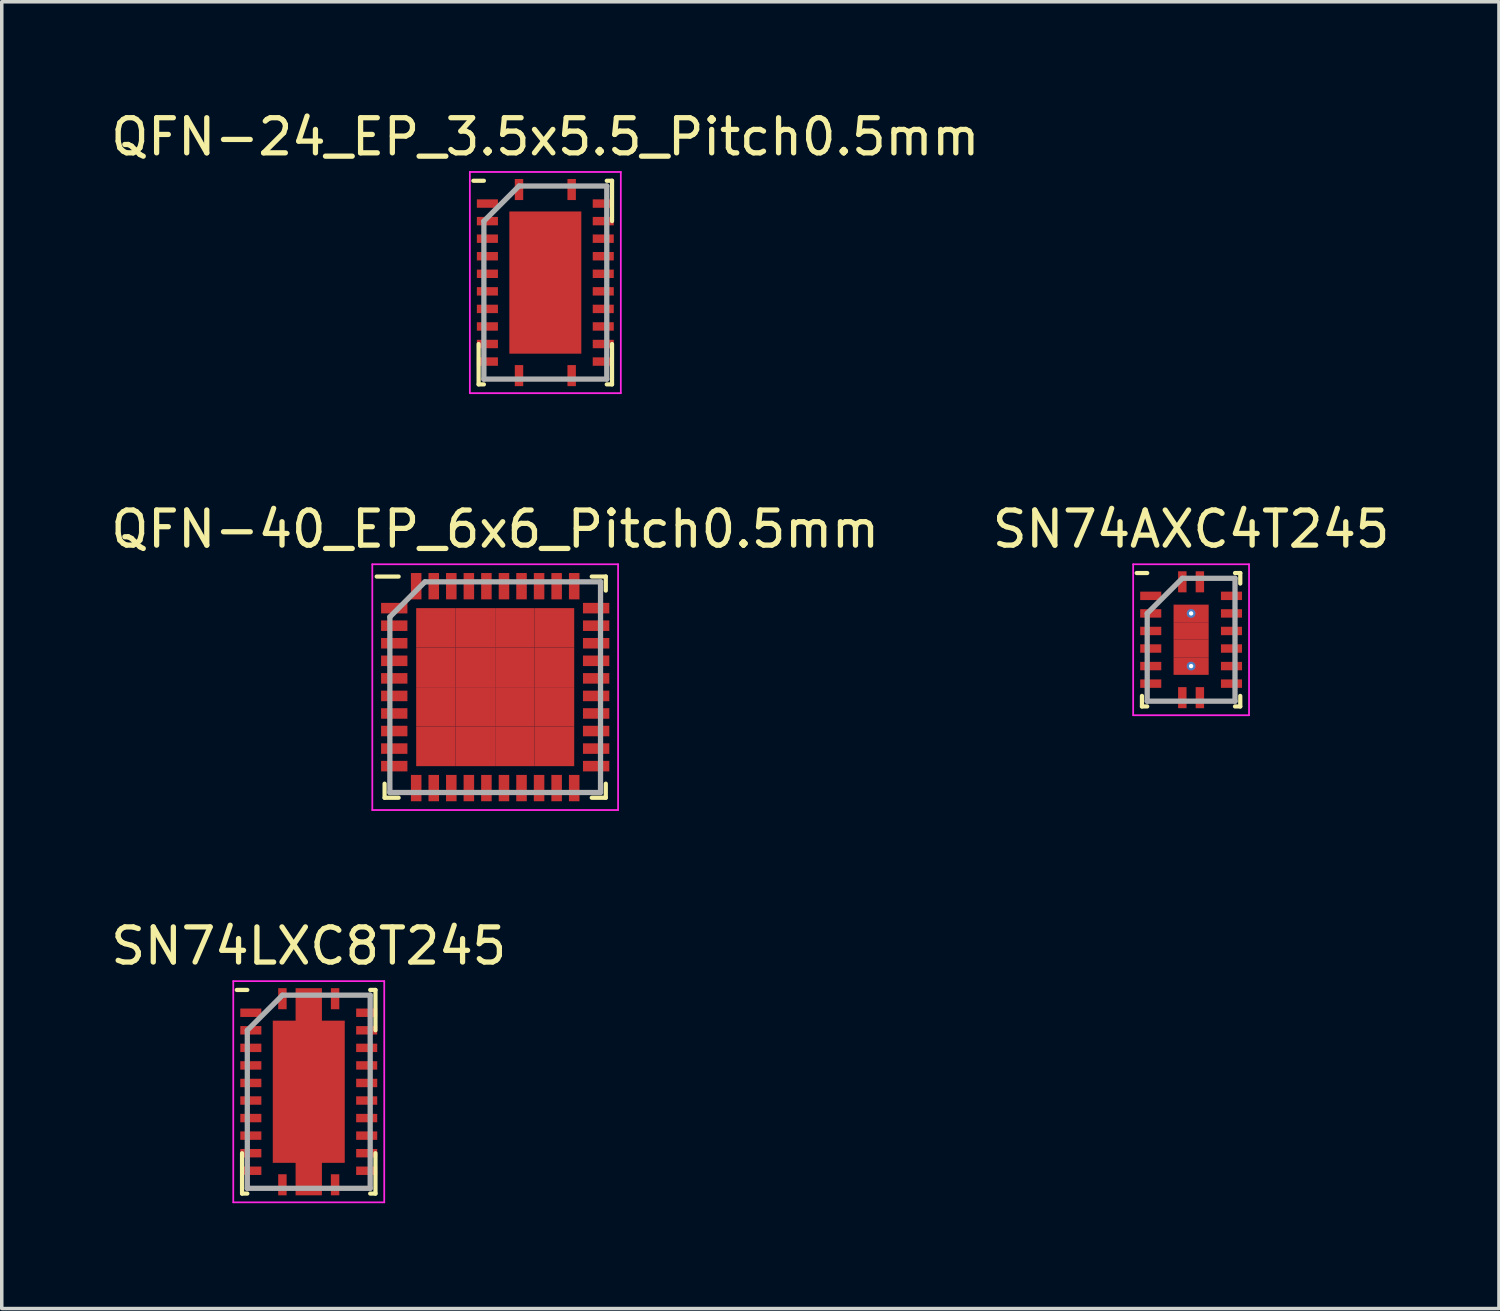
<source format=kicad_pcb>
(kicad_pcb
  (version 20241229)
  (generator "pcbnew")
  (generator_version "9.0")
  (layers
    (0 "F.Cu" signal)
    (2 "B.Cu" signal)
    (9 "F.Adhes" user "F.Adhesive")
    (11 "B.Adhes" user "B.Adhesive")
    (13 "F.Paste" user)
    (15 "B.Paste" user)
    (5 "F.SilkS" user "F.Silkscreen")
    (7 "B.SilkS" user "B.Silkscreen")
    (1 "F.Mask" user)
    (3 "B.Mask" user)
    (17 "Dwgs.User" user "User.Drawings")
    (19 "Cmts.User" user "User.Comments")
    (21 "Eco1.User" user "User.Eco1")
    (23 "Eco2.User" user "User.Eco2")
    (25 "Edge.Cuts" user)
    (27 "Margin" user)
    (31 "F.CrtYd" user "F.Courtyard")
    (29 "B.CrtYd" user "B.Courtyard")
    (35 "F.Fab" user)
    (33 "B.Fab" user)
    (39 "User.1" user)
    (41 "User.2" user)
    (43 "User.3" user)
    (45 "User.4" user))
  (footprint "SN74LXC8T245"
    (layer "F.Cu")
    (at 5.744 28.045)
    (property "Reference" "SN74LXC8T245" (at 0 -4.15 0) (layer "F.SilkS") (effects (font (size 1 1) (thickness 0.15))))
    (attr smd)
    (fp_line (start -1.9 2.9) (end -1.9 1.75) (stroke (width 0.12) (type solid)) (layer "F.SilkS"))
    (fp_line (start -1.75 -2.9) (end -2.05 -2.9) (stroke (width 0.12) (type solid)) (layer "F.SilkS"))
    (fp_line (start -1.75 2.9) (end -1.9 2.9) (stroke (width 0.12) (type solid)) (layer "F.SilkS"))
    (fp_line (start 1.75 -2.9) (end 1.9 -2.9) (stroke (width 0.12) (type solid)) (layer "F.SilkS"))
    (fp_line (start 1.75 2.9) (end 1.9 2.9) (stroke (width 0.12) (type solid)) (layer "F.SilkS"))
    (fp_line (start 1.9 -2.9) (end 1.9 -1.75) (stroke (width 0.12) (type solid)) (layer "F.SilkS"))
    (fp_line (start 1.9 2.9) (end 1.9 1.75) (stroke (width 0.12) (type solid)) (layer "F.SilkS"))
    (fp_line (start -2.15 -3.15) (end 2.15 -3.15) (stroke (width 0.05) (type solid)) (layer "F.CrtYd"))
    (fp_line (start -2.15 3.15) (end -2.15 -3.15) (stroke (width 0.05) (type solid)) (layer "F.CrtYd"))
    (fp_line (start 2.15 -3.15) (end 2.15 3.15) (stroke (width 0.05) (type solid)) (layer "F.CrtYd"))
    (fp_line (start 2.15 3.15) (end -2.15 3.15) (stroke (width 0.05) (type solid)) (layer "F.CrtYd"))
    (fp_line (start -1.75 -1.75) (end -1.75 2.75) (stroke (width 0.15) (type solid)) (layer "F.Fab"))
    (fp_line (start -1.75 2.75) (end 1.75 2.75) (stroke (width 0.15) (type solid)) (layer "F.Fab"))
    (fp_line (start -0.75 -2.75) (end -1.75 -1.75) (stroke (width 0.15) (type solid)) (layer "F.Fab"))
    (fp_line (start 1.75 -2.75) (end -0.75 -2.75) (stroke (width 0.15) (type solid)) (layer "F.Fab"))
    (fp_line (start 1.75 2.75) (end 1.75 -2.75) (stroke (width 0.15) (type solid)) (layer "F.Fab"))
    (pad "1" smd rect (at -0.75 -2.65 180) (size 0.24 0.6) (layers "F.Cu" "F.Mask" "F.Paste"))
    (pad "2" smd rect (at -1.65 -2.25 90) (size 0.24 0.6) (layers "F.Cu" "F.Mask" "F.Paste"))
    (pad "3" smd rect (at -1.65 -1.75 90) (size 0.24 0.6) (layers "F.Cu" "F.Mask" "F.Paste"))
    (pad "4" smd rect (at -1.65 -1.25 90) (size 0.24 0.6) (layers "F.Cu" "F.Mask" "F.Paste"))
    (pad "5" smd rect (at -1.65 -0.75 90) (size 0.24 0.6) (layers "F.Cu" "F.Mask" "F.Paste"))
    (pad "6" smd rect (at -1.65 -0.25 90) (size 0.24 0.6) (layers "F.Cu" "F.Mask" "F.Paste"))
    (pad "7" smd rect (at -1.65 0.25 270) (size 0.24 0.6) (layers "F.Cu" "F.Mask" "F.Paste"))
    (pad "8" smd rect (at -1.65 0.75 270) (size 0.24 0.6) (layers "F.Cu" "F.Mask" "F.Paste"))
    (pad "9" smd rect (at -1.65 1.25 270) (size 0.24 0.6) (layers "F.Cu" "F.Mask" "F.Paste"))
    (pad "10" smd rect (at -1.65 1.75 270) (size 0.24 0.6) (layers "F.Cu" "F.Mask" "F.Paste"))
    (pad "11" smd rect (at -1.65 2.25 270) (size 0.24 0.6) (layers "F.Cu" "F.Mask" "F.Paste"))
    (pad "12" smd rect (at -0.75 2.65) (size 0.24 0.6) (layers "F.Cu" "F.Mask" "F.Paste"))
    (pad "13" smd rect (at 0.75 2.65 180) (size 0.24 0.6) (layers "F.Cu" "F.Mask" "F.Paste"))
    (pad "14" smd rect (at 1.65 2.25 90) (size 0.24 0.6) (layers "F.Cu" "F.Mask" "F.Paste"))
    (pad "15" smd rect (at 1.65 1.75 90) (size 0.24 0.6) (layers "F.Cu" "F.Mask" "F.Paste"))
    (pad "16" smd rect (at 1.65 1.25 90) (size 0.24 0.6) (layers "F.Cu" "F.Mask" "F.Paste"))
    (pad "17" smd rect (at 1.65 0.75 90) (size 0.24 0.6) (layers "F.Cu" "F.Mask" "F.Paste"))
    (pad "18" smd rect (at 1.65 0.25 90) (size 0.24 0.6) (layers "F.Cu" "F.Mask" "F.Paste"))
    (pad "19" smd rect (at 1.65 -0.25 270) (size 0.24 0.6) (layers "F.Cu" "F.Mask" "F.Paste"))
    (pad "20" smd rect (at 1.65 -0.75 270) (size 0.24 0.6) (layers "F.Cu" "F.Mask" "F.Paste"))
    (pad "21" smd rect (at 1.65 -1.25 270) (size 0.24 0.6) (layers "F.Cu" "F.Mask" "F.Paste"))
    (pad "22" smd rect (at 1.65 -1.75 270) (size 0.24 0.6) (layers "F.Cu" "F.Mask" "F.Paste"))
    (pad "23" smd rect (at 1.65 -2.25 270) (size 0.24 0.6) (layers "F.Cu" "F.Mask" "F.Paste"))
    (pad "24" smd rect (at 0.75 -2.65) (size 0.24 0.6) (layers "F.Cu" "F.Mask" "F.Paste"))
    (pad "25" smd rect (at 0 0 180) (size 0.75 5.9) (layers "F.Cu" "F.Mask" "F.Paste"))
    (pad "25" smd rect (at 0 0) (size 2.05 4.05) (layers "F.Cu" "F.Mask" "F.Paste")))
  (footprint "QFN-24_EP_3.5x5.5_Pitch0.5mm"
    (layer "F.Cu")
    (at 12.482 4.998)
    (property "Reference" "QFN-24_EP_3.5x5.5_Pitch0.5mm" (at 0 -4.15 0) (layer "F.SilkS") (effects (font (size 1 1) (thickness 0.15))))
    (attr smd)
    (fp_line (start -1.9 2.9) (end -1.9 1.75) (stroke (width 0.12) (type solid)) (layer "F.SilkS"))
    (fp_line (start -1.75 -2.9) (end -2.05 -2.9) (stroke (width 0.12) (type solid)) (layer "F.SilkS"))
    (fp_line (start -1.75 2.9) (end -1.9 2.9) (stroke (width 0.12) (type solid)) (layer "F.SilkS"))
    (fp_line (start 1.75 -2.9) (end 1.9 -2.9) (stroke (width 0.12) (type solid)) (layer "F.SilkS"))
    (fp_line (start 1.75 2.9) (end 1.9 2.9) (stroke (width 0.12) (type solid)) (layer "F.SilkS"))
    (fp_line (start 1.9 -2.9) (end 1.9 -1.75) (stroke (width 0.12) (type solid)) (layer "F.SilkS"))
    (fp_line (start 1.9 2.9) (end 1.9 1.75) (stroke (width 0.12) (type solid)) (layer "F.SilkS"))
    (fp_line (start -2.15 -3.15) (end 2.15 -3.15) (stroke (width 0.05) (type solid)) (layer "F.CrtYd"))
    (fp_line (start -2.15 3.15) (end -2.15 -3.15) (stroke (width 0.05) (type solid)) (layer "F.CrtYd"))
    (fp_line (start 2.15 -3.15) (end 2.15 3.15) (stroke (width 0.05) (type solid)) (layer "F.CrtYd"))
    (fp_line (start 2.15 3.15) (end -2.15 3.15) (stroke (width 0.05) (type solid)) (layer "F.CrtYd"))
    (fp_line (start -1.75 -1.75) (end -1.75 2.75) (stroke (width 0.15) (type solid)) (layer "F.Fab"))
    (fp_line (start -1.75 2.75) (end 1.75 2.75) (stroke (width 0.15) (type solid)) (layer "F.Fab"))
    (fp_line (start -0.75 -2.75) (end -1.75 -1.75) (stroke (width 0.15) (type solid)) (layer "F.Fab"))
    (fp_line (start 1.75 -2.75) (end -0.75 -2.75) (stroke (width 0.15) (type solid)) (layer "F.Fab"))
    (fp_line (start 1.75 2.75) (end 1.75 -2.75) (stroke (width 0.15) (type solid)) (layer "F.Fab"))
    (pad "1" smd rect (at -0.75 -2.65 180) (size 0.24 0.6) (layers "F.Cu" "F.Mask" "F.Paste"))
    (pad "2" smd rect (at -1.65 -2.25 90) (size 0.24 0.6) (layers "F.Cu" "F.Mask" "F.Paste"))
    (pad "3" smd rect (at -1.65 -1.75 90) (size 0.24 0.6) (layers "F.Cu" "F.Mask" "F.Paste"))
    (pad "4" smd rect (at -1.65 -1.25 90) (size 0.24 0.6) (layers "F.Cu" "F.Mask" "F.Paste"))
    (pad "5" smd rect (at -1.65 -0.75 90) (size 0.24 0.6) (layers "F.Cu" "F.Mask" "F.Paste"))
    (pad "6" smd rect (at -1.65 -0.25 90) (size 0.24 0.6) (layers "F.Cu" "F.Mask" "F.Paste"))
    (pad "7" smd rect (at -1.65 0.25 270) (size 0.24 0.6) (layers "F.Cu" "F.Mask" "F.Paste"))
    (pad "8" smd rect (at -1.65 0.75 270) (size 0.24 0.6) (layers "F.Cu" "F.Mask" "F.Paste"))
    (pad "9" smd rect (at -1.65 1.25 270) (size 0.24 0.6) (layers "F.Cu" "F.Mask" "F.Paste"))
    (pad "10" smd rect (at -1.65 1.75 270) (size 0.24 0.6) (layers "F.Cu" "F.Mask" "F.Paste"))
    (pad "11" smd rect (at -1.65 2.25 270) (size 0.24 0.6) (layers "F.Cu" "F.Mask" "F.Paste"))
    (pad "12" smd rect (at -0.75 2.65) (size 0.24 0.6) (layers "F.Cu" "F.Mask" "F.Paste"))
    (pad "13" smd rect (at 0.75 2.65 180) (size 0.24 0.6) (layers "F.Cu" "F.Mask" "F.Paste"))
    (pad "14" smd rect (at 1.65 2.25 90) (size 0.24 0.6) (layers "F.Cu" "F.Mask" "F.Paste"))
    (pad "15" smd rect (at 1.65 1.75 90) (size 0.24 0.6) (layers "F.Cu" "F.Mask" "F.Paste"))
    (pad "16" smd rect (at 1.65 1.25 90) (size 0.24 0.6) (layers "F.Cu" "F.Mask" "F.Paste"))
    (pad "17" smd rect (at 1.65 0.75 90) (size 0.24 0.6) (layers "F.Cu" "F.Mask" "F.Paste"))
    (pad "18" smd rect (at 1.65 0.25 90) (size 0.24 0.6) (layers "F.Cu" "F.Mask" "F.Paste"))
    (pad "19" smd rect (at 1.65 -0.25 270) (size 0.24 0.6) (layers "F.Cu" "F.Mask" "F.Paste"))
    (pad "20" smd rect (at 1.65 -0.75 270) (size 0.24 0.6) (layers "F.Cu" "F.Mask" "F.Paste"))
    (pad "21" smd rect (at 1.65 -1.25 270) (size 0.24 0.6) (layers "F.Cu" "F.Mask" "F.Paste"))
    (pad "22" smd rect (at 1.65 -1.75 270) (size 0.24 0.6) (layers "F.Cu" "F.Mask" "F.Paste"))
    (pad "23" smd rect (at 1.65 -2.25 270) (size 0.24 0.6) (layers "F.Cu" "F.Mask" "F.Paste"))
    (pad "24" smd rect (at 0.75 -2.65) (size 0.24 0.6) (layers "F.Cu" "F.Mask" "F.Paste"))
    (pad "25" smd rect (at 0 0) (size 2.05 4.05) (layers "F.Cu" "F.Mask" "F.Paste")))
  (footprint "QFN-40_EP_6x6_Pitch0.5mm"
    (layer "F.Cu")
    (at 11.054 16.521)
    (property "Reference" "QFN-40_EP_6x6_Pitch0.5mm" (at 0 -4.5 0) (layer "F.SilkS") (effects (font (size 1 1) (thickness 0.15))))
    (attr smd)
    (fp_line (start -3.15 3.15) (end -3.15 2.75) (stroke (width 0.12) (type solid)) (layer "F.SilkS"))
    (fp_line (start -2.75 -3.15) (end -3.375 -3.15) (stroke (width 0.12) (type solid)) (layer "F.SilkS"))
    (fp_line (start -2.75 3.15) (end -3.15 3.15) (stroke (width 0.12) (type solid)) (layer "F.SilkS"))
    (fp_line (start 2.75 -3.15) (end 3.15 -3.15) (stroke (width 0.12) (type solid)) (layer "F.SilkS"))
    (fp_line (start 2.75 3.15) (end 3.15 3.15) (stroke (width 0.12) (type solid)) (layer "F.SilkS"))
    (fp_line (start 3.15 -3.15) (end 3.15 -2.75) (stroke (width 0.12) (type solid)) (layer "F.SilkS"))
    (fp_line (start 3.15 3.15) (end 3.15 2.75) (stroke (width 0.12) (type solid)) (layer "F.SilkS"))
    (fp_line (start -3.5 -3.5) (end 3.5 -3.5) (stroke (width 0.05) (type solid)) (layer "F.CrtYd"))
    (fp_line (start -3.5 3.5) (end -3.5 -3.5) (stroke (width 0.05) (type solid)) (layer "F.CrtYd"))
    (fp_line (start 3.5 -3.5) (end 3.5 3.5) (stroke (width 0.05) (type solid)) (layer "F.CrtYd"))
    (fp_line (start 3.5 3.5) (end -3.5 3.5) (stroke (width 0.05) (type solid)) (layer "F.CrtYd"))
    (fp_line (start -3 -2) (end -3 3) (stroke (width 0.15) (type solid)) (layer "F.Fab"))
    (fp_line (start -3 3) (end 3 3) (stroke (width 0.15) (type solid)) (layer "F.Fab"))
    (fp_line (start -2 -3) (end -3 -2) (stroke (width 0.15) (type solid)) (layer "F.Fab"))
    (fp_line (start 3 -3) (end -2 -3) (stroke (width 0.15) (type solid)) (layer "F.Fab"))
    (fp_line (start 3 3) (end 3 -3) (stroke (width 0.15) (type solid)) (layer "F.Fab"))
    (pad "1" smd rect (at -2.875 -2.25 90) (size 0.3 0.75) (layers "F.Cu" "F.Mask" "F.Paste"))
    (pad "2" smd rect (at -2.875 -1.75 90) (size 0.3 0.75) (layers "F.Cu" "F.Mask" "F.Paste"))
    (pad "3" smd rect (at -2.875 -1.25 90) (size 0.3 0.75) (layers "F.Cu" "F.Mask" "F.Paste"))
    (pad "4" smd rect (at -2.875 -0.75 90) (size 0.3 0.75) (layers "F.Cu" "F.Mask" "F.Paste"))
    (pad "5" smd rect (at -2.875 -0.25 90) (size 0.3 0.75) (layers "F.Cu" "F.Mask" "F.Paste"))
    (pad "6" smd rect (at -2.875 0.25 90) (size 0.3 0.75) (layers "F.Cu" "F.Mask" "F.Paste"))
    (pad "7" smd rect (at -2.875 0.75 90) (size 0.3 0.75) (layers "F.Cu" "F.Mask" "F.Paste"))
    (pad "8" smd rect (at -2.875 1.25 90) (size 0.3 0.75) (layers "F.Cu" "F.Mask" "F.Paste"))
    (pad "9" smd rect (at -2.875 1.75 90) (size 0.3 0.75) (layers "F.Cu" "F.Mask" "F.Paste"))
    (pad "10" smd rect (at -2.875 2.25 90) (size 0.3 0.75) (layers "F.Cu" "F.Mask" "F.Paste"))
    (pad "11" smd rect (at -2.25 2.875) (size 0.3 0.75) (layers "F.Cu" "F.Mask" "F.Paste"))
    (pad "12" smd rect (at -1.75 2.875) (size 0.3 0.75) (layers "F.Cu" "F.Mask" "F.Paste"))
    (pad "13" smd rect (at -1.25 2.875) (size 0.3 0.75) (layers "F.Cu" "F.Mask" "F.Paste"))
    (pad "14" smd rect (at -0.75 2.875) (size 0.3 0.75) (layers "F.Cu" "F.Mask" "F.Paste"))
    (pad "15" smd rect (at -0.25 2.875) (size 0.3 0.75) (layers "F.Cu" "F.Mask" "F.Paste"))
    (pad "16" smd rect (at 0.25 2.875) (size 0.3 0.75) (layers "F.Cu" "F.Mask" "F.Paste"))
    (pad "17" smd rect (at 0.75 2.875) (size 0.3 0.75) (layers "F.Cu" "F.Mask" "F.Paste"))
    (pad "18" smd rect (at 1.25 2.875) (size 0.3 0.75) (layers "F.Cu" "F.Mask" "F.Paste"))
    (pad "19" smd rect (at 1.75 2.875) (size 0.3 0.75) (layers "F.Cu" "F.Mask" "F.Paste"))
    (pad "20" smd rect (at 2.25 2.875) (size 0.3 0.75) (layers "F.Cu" "F.Mask" "F.Paste"))
    (pad "21" smd rect (at 2.875 2.25 90) (size 0.3 0.75) (layers "F.Cu" "F.Mask" "F.Paste"))
    (pad "22" smd rect (at 2.875 1.75 90) (size 0.3 0.75) (layers "F.Cu" "F.Mask" "F.Paste"))
    (pad "23" smd rect (at 2.875 1.25 90) (size 0.3 0.75) (layers "F.Cu" "F.Mask" "F.Paste"))
    (pad "24" smd rect (at 2.875 0.75 90) (size 0.3 0.75) (layers "F.Cu" "F.Mask" "F.Paste"))
    (pad "25" smd rect (at 2.875 0.25 90) (size 0.3 0.75) (layers "F.Cu" "F.Mask" "F.Paste"))
    (pad "26" smd rect (at 2.875 -0.25 90) (size 0.3 0.75) (layers "F.Cu" "F.Mask" "F.Paste"))
    (pad "27" smd rect (at 2.875 -0.75 90) (size 0.3 0.75) (layers "F.Cu" "F.Mask" "F.Paste"))
    (pad "28" smd rect (at 2.875 -1.25 90) (size 0.3 0.75) (layers "F.Cu" "F.Mask" "F.Paste"))
    (pad "29" smd rect (at 2.875 -1.75 90) (size 0.3 0.75) (layers "F.Cu" "F.Mask" "F.Paste"))
    (pad "30" smd rect (at 2.875 -2.25 90) (size 0.3 0.75) (layers "F.Cu" "F.Mask" "F.Paste"))
    (pad "31" smd rect (at 2.25 -2.875) (size 0.3 0.75) (layers "F.Cu" "F.Mask" "F.Paste"))
    (pad "32" smd rect (at 1.75 -2.875) (size 0.3 0.75) (layers "F.Cu" "F.Mask" "F.Paste"))
    (pad "33" smd rect (at 1.25 -2.875) (size 0.3 0.75) (layers "F.Cu" "F.Mask" "F.Paste"))
    (pad "34" smd rect (at 0.75 -2.875) (size 0.3 0.75) (layers "F.Cu" "F.Mask" "F.Paste"))
    (pad "35" smd rect (at 0.25 -2.875) (size 0.3 0.75) (layers "F.Cu" "F.Mask" "F.Paste"))
    (pad "36" smd rect (at -0.25 -2.875) (size 0.3 0.75) (layers "F.Cu" "F.Mask" "F.Paste"))
    (pad "37" smd rect (at -0.75 -2.875) (size 0.3 0.75) (layers "F.Cu" "F.Mask" "F.Paste"))
    (pad "38" smd rect (at -1.25 -2.875) (size 0.3 0.75) (layers "F.Cu" "F.Mask" "F.Paste"))
    (pad "39" smd rect (at -1.75 -2.875) (size 0.3 0.75) (layers "F.Cu" "F.Mask" "F.Paste"))
    (pad "40" smd rect (at -2.25 -2.875) (size 0.3 0.75) (layers "F.Cu" "F.Mask" "F.Paste"))
    (pad "41" smd rect (at -1.688 -1.688) (size 1.125 1.125) (layers "F.Cu" "F.Mask" "F.Paste"))
    (pad "41" smd rect (at -1.688 -0.562) (size 1.125 1.125) (layers "F.Cu" "F.Mask" "F.Paste"))
    (pad "41" smd rect (at -1.688 0.562) (size 1.125 1.125) (layers "F.Cu" "F.Mask" "F.Paste"))
    (pad "41" smd rect (at -1.688 1.688) (size 1.125 1.125) (layers "F.Cu" "F.Mask" "F.Paste"))
    (pad "41" smd rect (at -0.562 -1.688) (size 1.125 1.125) (layers "F.Cu" "F.Mask" "F.Paste"))
    (pad "41" smd rect (at -0.562 -0.562) (size 1.125 1.125) (layers "F.Cu" "F.Mask" "F.Paste"))
    (pad "41" smd rect (at -0.562 0.562) (size 1.125 1.125) (layers "F.Cu" "F.Mask" "F.Paste"))
    (pad "41" smd rect (at -0.562 1.688) (size 1.125 1.125) (layers "F.Cu" "F.Mask" "F.Paste"))
    (pad "41" smd rect (at 0.562 -1.688) (size 1.125 1.125) (layers "F.Cu" "F.Mask" "F.Paste"))
    (pad "41" smd rect (at 0.562 -0.562) (size 1.125 1.125) (layers "F.Cu" "F.Mask" "F.Paste"))
    (pad "41" smd rect (at 0.562 0.562) (size 1.125 1.125) (layers "F.Cu" "F.Mask" "F.Paste"))
    (pad "41" smd rect (at 0.562 1.688) (size 1.125 1.125) (layers "F.Cu" "F.Mask" "F.Paste"))
    (pad "41" smd rect (at 1.688 -1.688) (size 1.125 1.125) (layers "F.Cu" "F.Mask" "F.Paste"))
    (pad "41" smd rect (at 1.688 -0.562) (size 1.125 1.125) (layers "F.Cu" "F.Mask" "F.Paste"))
    (pad "41" smd rect (at 1.688 0.562) (size 1.125 1.125) (layers "F.Cu" "F.Mask" "F.Paste"))
    (pad "41" smd rect (at 1.688 1.688) (size 1.125 1.125) (layers "F.Cu" "F.Mask" "F.Paste")))
  (footprint "SN74AXC4T245"
    (layer "F.Cu")
    (at 30.875 15.171)
    (property "Reference" "SN74AXC4T245" (at 0 -3.15 0) (layer "F.SilkS") (effects (font (size 1 1) (thickness 0.15))))
    (attr smd)
    (fp_line (start -1.4 1.9) (end -1.4 1.6) (stroke (width 0.12) (type solid)) (layer "F.SilkS"))
    (fp_line (start -1.25 -1.9) (end -1.55 -1.9) (stroke (width 0.12) (type solid)) (layer "F.SilkS"))
    (fp_line (start -1.25 1.9) (end -1.4 1.9) (stroke (width 0.12) (type solid)) (layer "F.SilkS"))
    (fp_line (start 1.25 -1.9) (end 1.4 -1.9) (stroke (width 0.12) (type solid)) (layer "F.SilkS"))
    (fp_line (start 1.25 1.9) (end 1.4 1.9) (stroke (width 0.12) (type solid)) (layer "F.SilkS"))
    (fp_line (start 1.4 -1.9) (end 1.4 -1.6) (stroke (width 0.12) (type solid)) (layer "F.SilkS"))
    (fp_line (start 1.4 1.9) (end 1.4 1.6) (stroke (width 0.12) (type solid)) (layer "F.SilkS"))
    (fp_line (start -1.65 -2.15) (end 1.65 -2.15) (stroke (width 0.05) (type solid)) (layer "F.CrtYd"))
    (fp_line (start -1.65 2.15) (end -1.65 -2.15) (stroke (width 0.05) (type solid)) (layer "F.CrtYd"))
    (fp_line (start 1.65 -2.15) (end 1.65 2.15) (stroke (width 0.05) (type solid)) (layer "F.CrtYd"))
    (fp_line (start 1.65 2.15) (end -1.65 2.15) (stroke (width 0.05) (type solid)) (layer "F.CrtYd"))
    (fp_line (start -1.25 -0.75) (end -1.25 1.75) (stroke (width 0.15) (type solid)) (layer "F.Fab"))
    (fp_line (start -1.25 1.75) (end 1.25 1.75) (stroke (width 0.15) (type solid)) (layer "F.Fab"))
    (fp_line (start -0.25 -1.75) (end -1.25 -0.75) (stroke (width 0.15) (type solid)) (layer "F.Fab"))
    (fp_line (start 1.25 -1.75) (end -0.25 -1.75) (stroke (width 0.15) (type solid)) (layer "F.Fab"))
    (fp_line (start 1.25 1.75) (end 1.25 -1.75) (stroke (width 0.15) (type solid)) (layer "F.Fab"))
    (pad "1" smd rect (at -0.25 -1.65 180) (size 0.24 0.6) (layers "F.Cu" "F.Mask" "F.Paste"))
    (pad "2" smd rect (at -1.15 -1.25 90) (size 0.24 0.6) (layers "F.Cu" "F.Mask" "F.Paste"))
    (pad "3" smd rect (at -1.15 -0.75 90) (size 0.24 0.6) (layers "F.Cu" "F.Mask" "F.Paste"))
    (pad "4" smd rect (at -1.15 -0.25 90) (size 0.24 0.6) (layers "F.Cu" "F.Mask" "F.Paste"))
    (pad "5" smd rect (at -1.15 0.25 90) (size 0.24 0.6) (layers "F.Cu" "F.Mask" "F.Paste"))
    (pad "6" smd rect (at -1.15 0.75 90) (size 0.24 0.6) (layers "F.Cu" "F.Mask" "F.Paste"))
    (pad "7" smd rect (at -1.15 1.25 90) (size 0.24 0.6) (layers "F.Cu" "F.Mask" "F.Paste"))
    (pad "8" smd rect (at -0.25 1.65) (size 0.24 0.6) (layers "F.Cu" "F.Mask" "F.Paste"))
    (pad "9" smd rect (at 0.25 1.65 180) (size 0.24 0.6) (layers "F.Cu" "F.Mask" "F.Paste"))
    (pad "10" smd rect (at 1.15 1.25 90) (size 0.24 0.6) (layers "F.Cu" "F.Mask" "F.Paste"))
    (pad "11" smd rect (at 1.15 0.75 90) (size 0.24 0.6) (layers "F.Cu" "F.Mask" "F.Paste"))
    (pad "12" smd rect (at 1.15 0.25 90) (size 0.24 0.6) (layers "F.Cu" "F.Mask" "F.Paste"))
    (pad "13" smd rect (at 1.15 -0.25 270) (size 0.24 0.6) (layers "F.Cu" "F.Mask" "F.Paste"))
    (pad "14" smd rect (at 1.15 -0.75 270) (size 0.24 0.6) (layers "F.Cu" "F.Mask" "F.Paste"))
    (pad "15" smd rect (at 1.15 -1.25 270) (size 0.24 0.6) (layers "F.Cu" "F.Mask" "F.Paste"))
    (pad "16" smd rect (at 0.25 -1.65) (size 0.24 0.6) (layers "F.Cu" "F.Mask" "F.Paste"))
    (pad "17" thru_hole circle (at 0 -0.75) (size 0.25 0.25) (drill 0.125) (layers "*.Cu" "*.Mask"))
    (pad "17" smd rect (at 0 -0.75) (size 1 0.5) (layers "F.Cu" "F.Mask" "F.Paste"))
    (pad "17" smd rect (at 0 -0.25) (size 1 0.5) (layers "F.Cu" "F.Mask" "F.Paste"))
    (pad "17" smd rect (at 0 0.25) (size 1 0.5) (layers "F.Cu" "F.Mask" "F.Paste"))
    (pad "17" thru_hole circle (at 0 0.75) (size 0.25 0.25) (drill 0.125) (layers "*.Cu" "*.Mask"))
    (pad "17" smd rect (at 0 0.75) (size 1 0.5) (layers "F.Cu" "F.Mask" "F.Paste")))
  (gr_rect
    (start -3 -3)
    (end 39.643 34.22)
    (stroke (width 0.1) (type default))
    (fill no)
    (layer "Edge.Cuts")))
</source>
